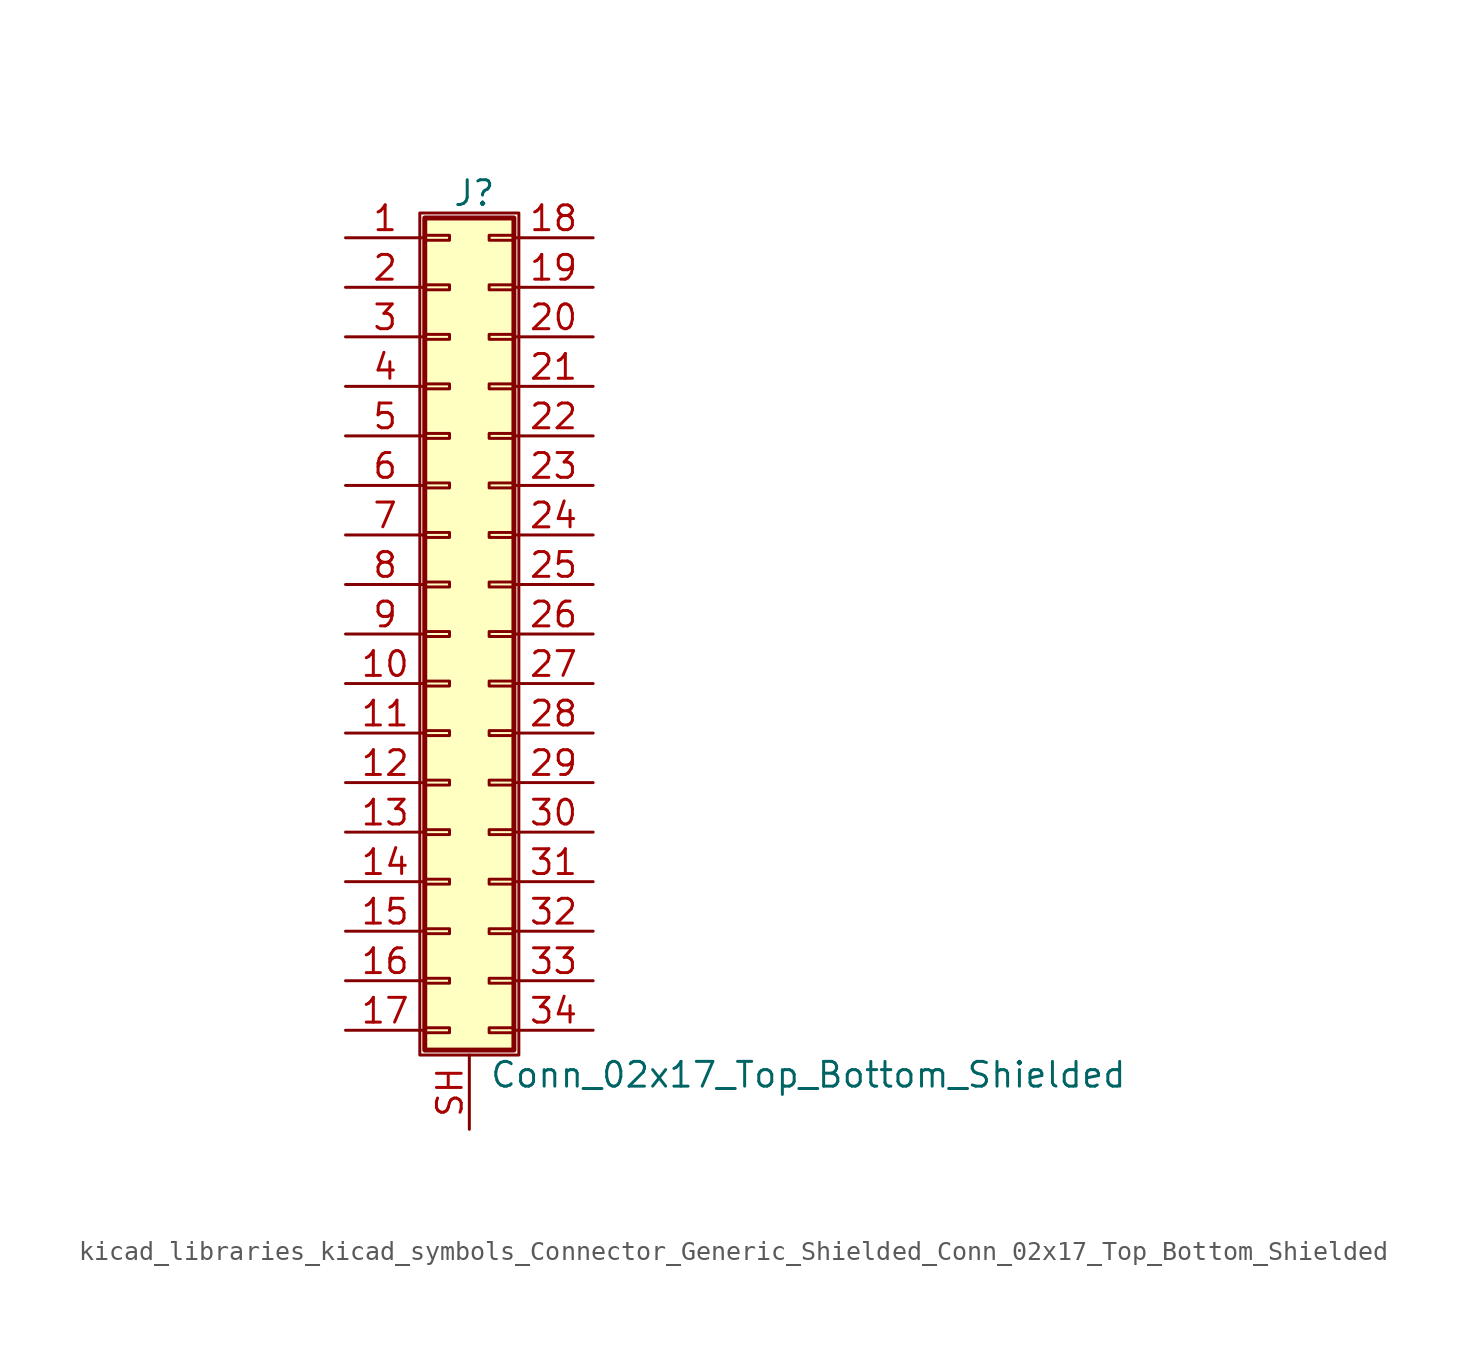
<source format=kicad_sym>
(kicad_symbol_lib
  (version 20220914)
  (generator kicad_symbol_editor)
  (symbol "kicad_libraries_kicad_symbols_Connector_Generic_Shielded_Conn_02x17_Top_Bottom_Shielded"
    (pin_names
      (offset 1.016) hide)
    (property "Reference" "J"
      (at 1.524 22.606 0)
      (effects (font (size 1.27 1.27))))
    (property "Value" "Conn_02x17_Top_Bottom_Shielded"
      (at 2.286 -22.606 0)
      (effects (font (size 1.27 1.27)) (justify left)))
    (symbol "kicad_libraries_kicad_symbols_Connector_Generic_Shielded_Conn_02x17_Top_Bottom_Shielded_1_1"
      (rectangle (start -1.27 21.59) (end 3.81 -21.59) (stroke (width 0.152) (type default)) (fill (type none)))
      (rectangle (start -1.016 -20.193) (end 0.254 -20.447) (stroke (width 0.152) (type default)) (fill (type none)))
      (rectangle (start -1.016 -17.653) (end 0.254 -17.907) (stroke (width 0.152) (type default)) (fill (type none)))
      (rectangle (start -1.016 -15.113) (end 0.254 -15.367) (stroke (width 0.152) (type default)) (fill (type none)))
      (rectangle (start -1.016 -12.573) (end 0.254 -12.827) (stroke (width 0.152) (type default)) (fill (type none)))
      (rectangle (start -1.016 -10.033) (end 0.254 -10.287) (stroke (width 0.152) (type default)) (fill (type none)))
      (rectangle (start -1.016 -7.493) (end 0.254 -7.747) (stroke (width 0.152) (type default)) (fill (type none)))
      (rectangle (start -1.016 -4.953) (end 0.254 -5.207) (stroke (width 0.152) (type default)) (fill (type none)))
      (rectangle (start -1.016 -2.413) (end 0.254 -2.667) (stroke (width 0.152) (type default)) (fill (type none)))
      (rectangle (start -1.016 0.127) (end 0.254 -0.127) (stroke (width 0.152) (type default)) (fill (type none)))
      (rectangle (start -1.016 2.667) (end 0.254 2.413) (stroke (width 0.152) (type default)) (fill (type none)))
      (rectangle (start -1.016 5.207) (end 0.254 4.953) (stroke (width 0.152) (type default)) (fill (type none)))
      (rectangle (start -1.016 7.747) (end 0.254 7.493) (stroke (width 0.152) (type default)) (fill (type none)))
      (rectangle (start -1.016 10.287) (end 0.254 10.033) (stroke (width 0.152) (type default)) (fill (type none)))
      (rectangle (start -1.016 12.827) (end 0.254 12.573) (stroke (width 0.152) (type default)) (fill (type none)))
      (rectangle (start -1.016 15.367) (end 0.254 15.113) (stroke (width 0.152) (type default)) (fill (type none)))
      (rectangle (start -1.016 17.907) (end 0.254 17.653) (stroke (width 0.152) (type default)) (fill (type none)))
      (rectangle (start -1.016 20.447) (end 0.254 20.193) (stroke (width 0.152) (type default)) (fill (type none)))
      (rectangle (start -1.016 21.336) (end 3.556 -21.336) (stroke (width 0.254) (type default)) (fill (type background)))
      (rectangle (start 3.556 -20.193) (end 2.286 -20.447) (stroke (width 0.152) (type default)) (fill (type none)))
      (rectangle (start 3.556 -17.653) (end 2.286 -17.907) (stroke (width 0.152) (type default)) (fill (type none)))
      (rectangle (start 3.556 -15.113) (end 2.286 -15.367) (stroke (width 0.152) (type default)) (fill (type none)))
      (rectangle (start 3.556 -12.573) (end 2.286 -12.827) (stroke (width 0.152) (type default)) (fill (type none)))
      (rectangle (start 3.556 -10.033) (end 2.286 -10.287) (stroke (width 0.152) (type default)) (fill (type none)))
      (rectangle (start 3.556 -7.493) (end 2.286 -7.747) (stroke (width 0.152) (type default)) (fill (type none)))
      (rectangle (start 3.556 -4.953) (end 2.286 -5.207) (stroke (width 0.152) (type default)) (fill (type none)))
      (rectangle (start 3.556 -2.413) (end 2.286 -2.667) (stroke (width 0.152) (type default)) (fill (type none)))
      (rectangle (start 3.556 0.127) (end 2.286 -0.127) (stroke (width 0.152) (type default)) (fill (type none)))
      (rectangle (start 3.556 2.667) (end 2.286 2.413) (stroke (width 0.152) (type default)) (fill (type none)))
      (rectangle (start 3.556 5.207) (end 2.286 4.953) (stroke (width 0.152) (type default)) (fill (type none)))
      (rectangle (start 3.556 7.747) (end 2.286 7.493) (stroke (width 0.152) (type default)) (fill (type none)))
      (rectangle (start 3.556 10.287) (end 2.286 10.033) (stroke (width 0.152) (type default)) (fill (type none)))
      (rectangle (start 3.556 12.827) (end 2.286 12.573) (stroke (width 0.152) (type default)) (fill (type none)))
      (rectangle (start 3.556 15.367) (end 2.286 15.113) (stroke (width 0.152) (type default)) (fill (type none)))
      (rectangle (start 3.556 17.907) (end 2.286 17.653) (stroke (width 0.152) (type default)) (fill (type none)))
      (rectangle (start 3.556 20.447) (end 2.286 20.193) (stroke (width 0.152) (type default)) (fill (type none)))
      (pin passive line (at -5.08 20.32 0) (length 4.064) (name "Pin_1" (effects (font (size 1.27 1.27)))) (number "1" (effects (font (size 1.27 1.27)))))
      (pin passive line (at -5.08 -2.54 0) (length 4.064) (name "Pin_10" (effects (font (size 1.27 1.27)))) (number "10" (effects (font (size 1.27 1.27)))))
      (pin passive line (at -5.08 -5.08 0) (length 4.064) (name "Pin_11" (effects (font (size 1.27 1.27)))) (number "11" (effects (font (size 1.27 1.27)))))
      (pin passive line (at -5.08 -7.62 0) (length 4.064) (name "Pin_12" (effects (font (size 1.27 1.27)))) (number "12" (effects (font (size 1.27 1.27)))))
      (pin passive line (at -5.08 -10.16 0) (length 4.064) (name "Pin_13" (effects (font (size 1.27 1.27)))) (number "13" (effects (font (size 1.27 1.27)))))
      (pin passive line (at -5.08 -12.7 0) (length 4.064) (name "Pin_14" (effects (font (size 1.27 1.27)))) (number "14" (effects (font (size 1.27 1.27)))))
      (pin passive line (at -5.08 -15.24 0) (length 4.064) (name "Pin_15" (effects (font (size 1.27 1.27)))) (number "15" (effects (font (size 1.27 1.27)))))
      (pin passive line (at -5.08 -17.78 0) (length 4.064) (name "Pin_16" (effects (font (size 1.27 1.27)))) (number "16" (effects (font (size 1.27 1.27)))))
      (pin passive line (at -5.08 -20.32 0) (length 4.064) (name "Pin_17" (effects (font (size 1.27 1.27)))) (number "17" (effects (font (size 1.27 1.27)))))
      (pin passive line (at 7.62 20.32 180) (length 4.064) (name "Pin_18" (effects (font (size 1.27 1.27)))) (number "18" (effects (font (size 1.27 1.27)))))
      (pin passive line (at 7.62 17.78 180) (length 4.064) (name "Pin_19" (effects (font (size 1.27 1.27)))) (number "19" (effects (font (size 1.27 1.27)))))
      (pin passive line (at -5.08 17.78 0) (length 4.064) (name "Pin_2" (effects (font (size 1.27 1.27)))) (number "2" (effects (font (size 1.27 1.27)))))
      (pin passive line (at 7.62 15.24 180) (length 4.064) (name "Pin_20" (effects (font (size 1.27 1.27)))) (number "20" (effects (font (size 1.27 1.27)))))
      (pin passive line (at 7.62 12.7 180) (length 4.064) (name "Pin_21" (effects (font (size 1.27 1.27)))) (number "21" (effects (font (size 1.27 1.27)))))
      (pin passive line (at 7.62 10.16 180) (length 4.064) (name "Pin_22" (effects (font (size 1.27 1.27)))) (number "22" (effects (font (size 1.27 1.27)))))
      (pin passive line (at 7.62 7.62 180) (length 4.064) (name "Pin_23" (effects (font (size 1.27 1.27)))) (number "23" (effects (font (size 1.27 1.27)))))
      (pin passive line (at 7.62 5.08 180) (length 4.064) (name "Pin_24" (effects (font (size 1.27 1.27)))) (number "24" (effects (font (size 1.27 1.27)))))
      (pin passive line (at 7.62 2.54 180) (length 4.064) (name "Pin_25" (effects (font (size 1.27 1.27)))) (number "25" (effects (font (size 1.27 1.27)))))
      (pin passive line (at 7.62 0 180) (length 4.064) (name "Pin_26" (effects (font (size 1.27 1.27)))) (number "26" (effects (font (size 1.27 1.27)))))
      (pin passive line (at 7.62 -2.54 180) (length 4.064) (name "Pin_27" (effects (font (size 1.27 1.27)))) (number "27" (effects (font (size 1.27 1.27)))))
      (pin passive line (at 7.62 -5.08 180) (length 4.064) (name "Pin_28" (effects (font (size 1.27 1.27)))) (number "28" (effects (font (size 1.27 1.27)))))
      (pin passive line (at 7.62 -7.62 180) (length 4.064) (name "Pin_29" (effects (font (size 1.27 1.27)))) (number "29" (effects (font (size 1.27 1.27)))))
      (pin passive line (at -5.08 15.24 0) (length 4.064) (name "Pin_3" (effects (font (size 1.27 1.27)))) (number "3" (effects (font (size 1.27 1.27)))))
      (pin passive line (at 7.62 -10.16 180) (length 4.064) (name "Pin_30" (effects (font (size 1.27 1.27)))) (number "30" (effects (font (size 1.27 1.27)))))
      (pin passive line (at 7.62 -12.7 180) (length 4.064) (name "Pin_31" (effects (font (size 1.27 1.27)))) (number "31" (effects (font (size 1.27 1.27)))))
      (pin passive line (at 7.62 -15.24 180) (length 4.064) (name "Pin_32" (effects (font (size 1.27 1.27)))) (number "32" (effects (font (size 1.27 1.27)))))
      (pin passive line (at 7.62 -17.78 180) (length 4.064) (name "Pin_33" (effects (font (size 1.27 1.27)))) (number "33" (effects (font (size 1.27 1.27)))))
      (pin passive line (at 7.62 -20.32 180) (length 4.064) (name "Pin_34" (effects (font (size 1.27 1.27)))) (number "34" (effects (font (size 1.27 1.27)))))
      (pin passive line (at -5.08 12.7 0) (length 4.064) (name "Pin_4" (effects (font (size 1.27 1.27)))) (number "4" (effects (font (size 1.27 1.27)))))
      (pin passive line (at -5.08 10.16 0) (length 4.064) (name "Pin_5" (effects (font (size 1.27 1.27)))) (number "5" (effects (font (size 1.27 1.27)))))
      (pin passive line (at -5.08 7.62 0) (length 4.064) (name "Pin_6" (effects (font (size 1.27 1.27)))) (number "6" (effects (font (size 1.27 1.27)))))
      (pin passive line (at -5.08 5.08 0) (length 4.064) (name "Pin_7" (effects (font (size 1.27 1.27)))) (number "7" (effects (font (size 1.27 1.27)))))
      (pin passive line (at -5.08 2.54 0) (length 4.064) (name "Pin_8" (effects (font (size 1.27 1.27)))) (number "8" (effects (font (size 1.27 1.27)))))
      (pin passive line (at -5.08 0 0) (length 4.064) (name "Pin_9" (effects (font (size 1.27 1.27)))) (number "9" (effects (font (size 1.27 1.27)))))
      (pin passive line (at 1.27 -25.4 90) (length 3.81) (name "Shield" (effects (font (size 1.27 1.27)))) (number "SH" (effects (font (size 1.27 1.27))))))))
</source>
